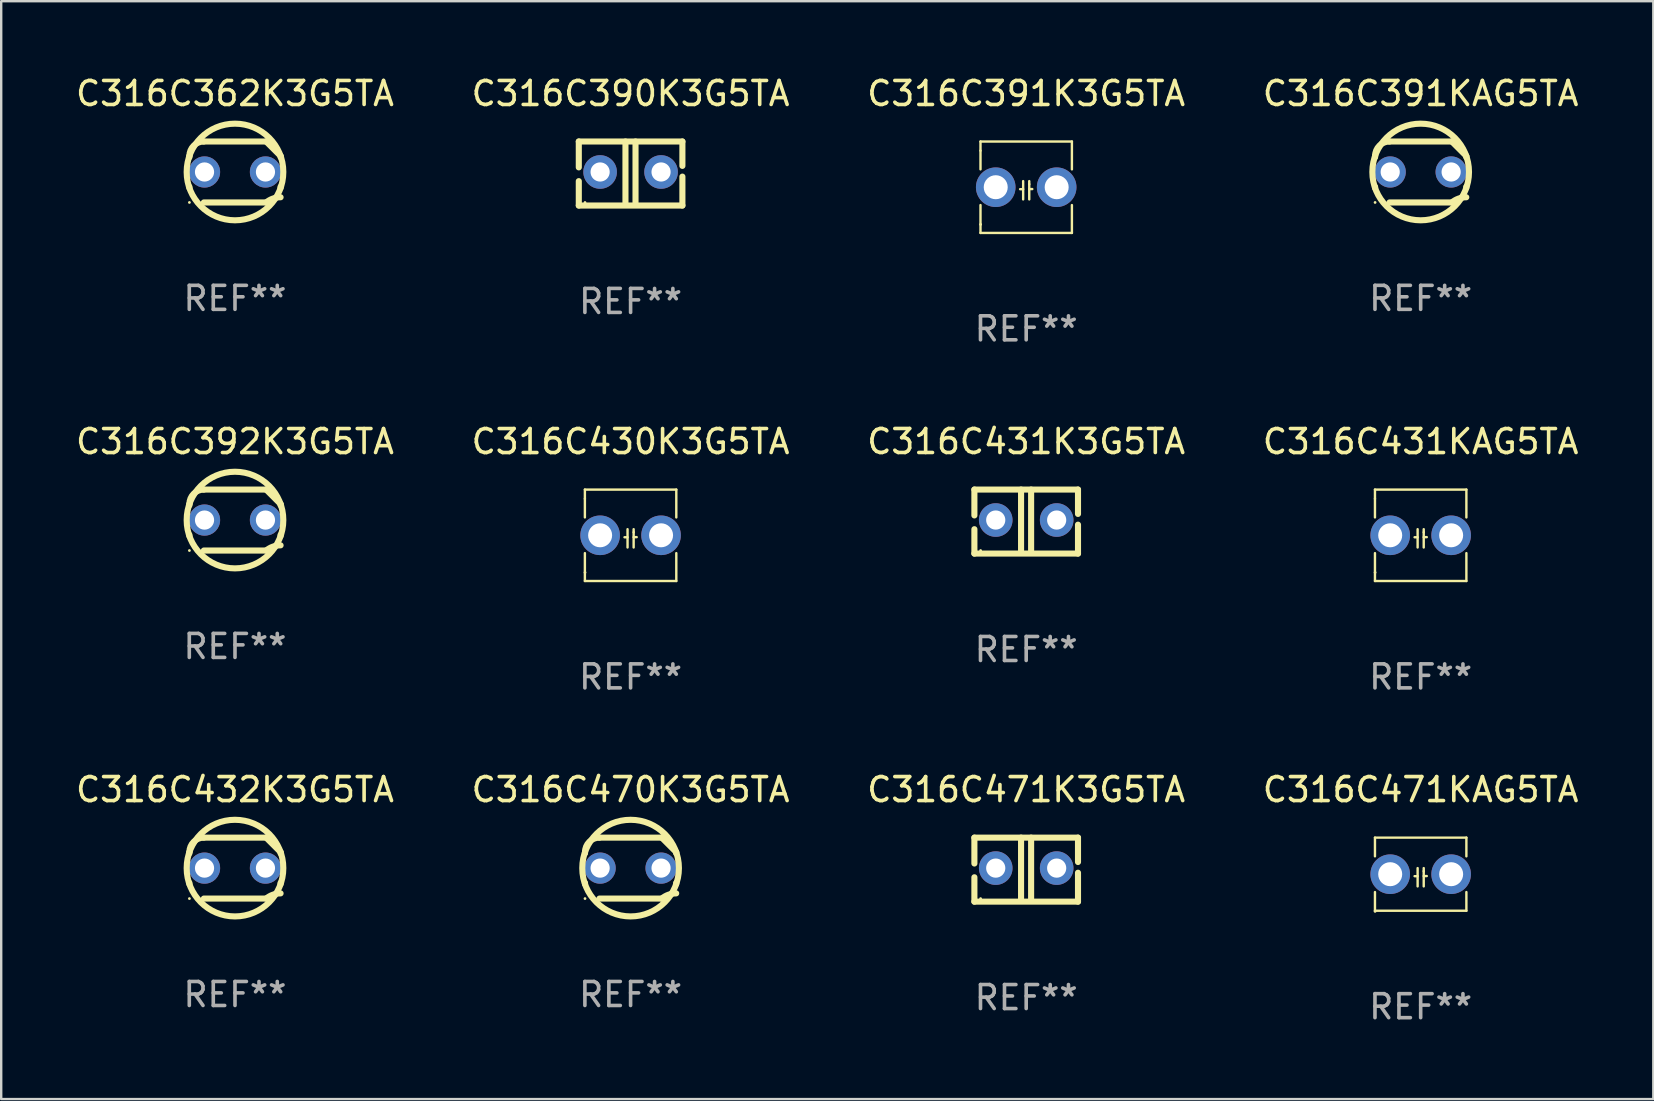
<source format=kicad_pcb>
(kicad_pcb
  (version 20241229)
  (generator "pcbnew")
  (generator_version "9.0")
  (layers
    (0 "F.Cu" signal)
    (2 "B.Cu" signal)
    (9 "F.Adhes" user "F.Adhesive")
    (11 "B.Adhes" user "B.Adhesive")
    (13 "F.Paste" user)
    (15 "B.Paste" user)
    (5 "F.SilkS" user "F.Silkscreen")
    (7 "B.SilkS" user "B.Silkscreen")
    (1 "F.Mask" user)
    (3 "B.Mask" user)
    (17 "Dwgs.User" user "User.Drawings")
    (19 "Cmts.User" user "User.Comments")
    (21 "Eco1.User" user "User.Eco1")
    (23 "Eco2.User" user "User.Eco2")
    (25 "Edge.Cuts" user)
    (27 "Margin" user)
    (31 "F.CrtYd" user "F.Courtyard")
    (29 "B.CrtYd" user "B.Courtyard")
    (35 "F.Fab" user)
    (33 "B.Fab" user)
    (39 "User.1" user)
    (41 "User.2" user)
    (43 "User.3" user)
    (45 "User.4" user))
  (footprint "C316C362K3G5TA"
    (layer "F.Cu")
    (at 6.744 4.118)
    (property "Reference" "C316C362K3G5TA" (at 0 -3.27 0) (layer "F.SilkS") (effects (font (size 1 1) (thickness 0.15))))
    (attr through_hole)
    (fp_line (start -1.9 -0.615) (end -1.9 -0.668) (stroke (width 0.254) (type solid)) (layer "F.SilkS"))
    (fp_line (start -1.9 0.668) (end -1.9 0.615) (stroke (width 0.254) (type solid)) (layer "F.SilkS"))
    (fp_line (start -1.298 1.27) (end 1.298 1.27) (stroke (width 0.254) (type solid)) (layer "F.SilkS"))
    (fp_line (start -1.298 -1.27) (end 1.298 -1.27) (stroke (width 0.254) (type solid)) (layer "F.SilkS"))
    (fp_line (start 1.9 -0.668) (end 1.9 -0.615) (stroke (width 0.254) (type solid)) (layer "F.SilkS"))
    (fp_line (start 1.9 0.615) (end 1.9 0.668) (stroke (width 0.254) (type solid)) (layer "F.SilkS"))
    (fp_arc (start -1.900025 0.667602) (mid 1.900003 -0.66758) (end -1.900025 0.667602) (stroke (width 0.254001) (type solid)) (layer "F.SilkS"))
    (fp_arc (start -1.9 -0.667602) (mid -1.723557 -1.093572) (end -1.297587 -1.270015) (stroke (width 0.254001) (type solid)) (layer "F.SilkS"))
    (fp_arc (start 1.297587 1.26999) (mid 1.579878 1.109027) (end 1.9 1.053172) (stroke (width 0.254001) (type solid)) (layer "F.SilkS"))
    (fp_arc (start 1.297611 -1.270042) (mid 1.598991 -0.969008) (end 1.900025 -0.667628) (stroke (width 0.254001) (type solid)) (layer "F.SilkS"))
    (fp_circle (center -1.9 1.27) (end -1.87 1.27) (stroke (width 0.06) (type solid)) (fill no) (layer "F.SilkS"))
    (fp_text user "REF**" (at 0 5.27 0) (layer "F.Fab") (effects (font (size 1 1) (thickness 0.15))))
    (pad "1" thru_hole circle (at -1.27 -0.000013) (size 1.3 1.3) (drill 0.8) (layers "*.Cu" "*.Mask"))
    (pad "2" thru_hole circle (at 1.27 -0.000013) (size 1.3 1.3) (drill 0.8) (layers "*.Cu" "*.Mask")))
  (footprint "C316C470K3G5TA"
    (layer "F.Cu")
    (at 23.232 33.131)
    (property "Reference" "C316C470K3G5TA" (at 0 -3.27 0) (layer "F.SilkS") (effects (font (size 1 1) (thickness 0.15))))
    (attr through_hole)
    (fp_line (start -1.9 -0.615) (end -1.9 -0.668) (stroke (width 0.254) (type solid)) (layer "F.SilkS"))
    (fp_line (start -1.9 0.668) (end -1.9 0.615) (stroke (width 0.254) (type solid)) (layer "F.SilkS"))
    (fp_line (start -1.298 1.27) (end 1.298 1.27) (stroke (width 0.254) (type solid)) (layer "F.SilkS"))
    (fp_line (start -1.298 -1.27) (end 1.298 -1.27) (stroke (width 0.254) (type solid)) (layer "F.SilkS"))
    (fp_line (start 1.9 -0.668) (end 1.9 -0.615) (stroke (width 0.254) (type solid)) (layer "F.SilkS"))
    (fp_line (start 1.9 0.615) (end 1.9 0.668) (stroke (width 0.254) (type solid)) (layer "F.SilkS"))
    (fp_arc (start -1.900025 0.667602) (mid 1.900003 -0.66758) (end -1.900025 0.667602) (stroke (width 0.254001) (type solid)) (layer "F.SilkS"))
    (fp_arc (start -1.9 -0.667602) (mid -1.723557 -1.093572) (end -1.297587 -1.270015) (stroke (width 0.254001) (type solid)) (layer "F.SilkS"))
    (fp_arc (start 1.297587 1.26999) (mid 1.579878 1.109027) (end 1.9 1.053172) (stroke (width 0.254001) (type solid)) (layer "F.SilkS"))
    (fp_arc (start 1.297611 -1.270042) (mid 1.598991 -0.969008) (end 1.900025 -0.667628) (stroke (width 0.254001) (type solid)) (layer "F.SilkS"))
    (fp_circle (center -1.9 1.27) (end -1.87 1.27) (stroke (width 0.06) (type solid)) (fill no) (layer "F.SilkS"))
    (fp_text user "REF**" (at 0 5.27 0) (layer "F.Fab") (effects (font (size 1 1) (thickness 0.15))))
    (pad "1" thru_hole circle (at -1.27 -0.000013) (size 1.3 1.3) (drill 0.8) (layers "*.Cu" "*.Mask"))
    (pad "2" thru_hole circle (at 1.27 -0.000013) (size 1.3 1.3) (drill 0.8) (layers "*.Cu" "*.Mask")))
  (footprint "C316C391KAG5TA"
    (layer "F.Cu")
    (at 56.161 4.118)
    (property "Reference" "C316C391KAG5TA" (at 0 -3.27 0) (layer "F.SilkS") (effects (font (size 1 1) (thickness 0.15))))
    (attr through_hole)
    (fp_line (start -1.9 -0.615) (end -1.9 -0.668) (stroke (width 0.254) (type solid)) (layer "F.SilkS"))
    (fp_line (start -1.9 0.668) (end -1.9 0.615) (stroke (width 0.254) (type solid)) (layer "F.SilkS"))
    (fp_line (start -1.298 1.27) (end 1.298 1.27) (stroke (width 0.254) (type solid)) (layer "F.SilkS"))
    (fp_line (start -1.298 -1.27) (end 1.298 -1.27) (stroke (width 0.254) (type solid)) (layer "F.SilkS"))
    (fp_line (start 1.9 -0.668) (end 1.9 -0.615) (stroke (width 0.254) (type solid)) (layer "F.SilkS"))
    (fp_line (start 1.9 0.615) (end 1.9 0.668) (stroke (width 0.254) (type solid)) (layer "F.SilkS"))
    (fp_arc (start -1.900025 0.667602) (mid 1.900003 -0.66758) (end -1.900025 0.667602) (stroke (width 0.254001) (type solid)) (layer "F.SilkS"))
    (fp_arc (start -1.9 -0.667602) (mid -1.723557 -1.093572) (end -1.297587 -1.270015) (stroke (width 0.254001) (type solid)) (layer "F.SilkS"))
    (fp_arc (start 1.297587 1.26999) (mid 1.579878 1.109027) (end 1.9 1.053172) (stroke (width 0.254001) (type solid)) (layer "F.SilkS"))
    (fp_arc (start 1.297611 -1.270042) (mid 1.598991 -0.969008) (end 1.900025 -0.667628) (stroke (width 0.254001) (type solid)) (layer "F.SilkS"))
    (fp_circle (center -1.9 1.27) (end -1.87 1.27) (stroke (width 0.06) (type solid)) (fill no) (layer "F.SilkS"))
    (fp_text user "REF**" (at 0 5.27 0) (layer "F.Fab") (effects (font (size 1 1) (thickness 0.15))))
    (pad "1" thru_hole circle (at -1.27 -0.000013) (size 1.3 1.3) (drill 0.8) (layers "*.Cu" "*.Mask"))
    (pad "2" thru_hole circle (at 1.27 -0.000013) (size 1.3 1.3) (drill 0.8) (layers "*.Cu" "*.Mask")))
  (footprint "C316C471K3G5TA"
    (layer "F.Cu")
    (at 39.72 33.195)
    (property "Reference" "C316C471K3G5TA" (at 0 -3.334 0) (layer "F.SilkS") (effects (font (size 1 1) (thickness 0.15))))
    (attr through_hole)
    (fp_line (start -2.159 -1.334) (end 2.159 -1.334) (stroke (width 0.254) (type solid)) (layer "F.SilkS"))
    (fp_line (start -2.159 -0.256) (end -2.159 -1.334) (stroke (width 0.254) (type solid)) (layer "F.SilkS"))
    (fp_line (start -2.159 1.334) (end -2.159 0.318) (stroke (width 0.254) (type solid)) (layer "F.SilkS"))
    (fp_line (start -0.214 -1.334) (end -0.214 1.207) (stroke (width 0.254) (type solid)) (layer "F.SilkS"))
    (fp_line (start 0.205 -1.334) (end 0.205 1.207) (stroke (width 0.254) (type solid)) (layer "F.SilkS"))
    (fp_line (start 2.159 -1.334) (end 2.159 -0.318) (stroke (width 0.254) (type solid)) (layer "F.SilkS"))
    (fp_line (start 2.159 0.129) (end 2.159 1.334) (stroke (width 0.254) (type solid)) (layer "F.SilkS"))
    (fp_line (start 2.159 1.334) (end -2.159 1.334) (stroke (width 0.254) (type solid)) (layer "F.SilkS"))
    (fp_circle (center -1.9 1.207) (end -1.87 1.207) (stroke (width 0.06) (type solid)) (fill no) (layer "F.SilkS"))
    (fp_text user "REF**" (at 0 5.334 0) (layer "F.Fab") (effects (font (size 1 1) (thickness 0.15))))
    (pad "1" thru_hole circle (at -1.27 -0.064) (size 1.4 1.4) (drill 0.8) (layers "*.Cu" "*.Mask"))
    (pad "2" thru_hole circle (at 1.27 -0.064) (size 1.4 1.4) (drill 0.8) (layers "*.Cu" "*.Mask")))
  (footprint "C316C430K3G5TA"
    (layer "F.Cu")
    (at 23.232 19.26)
    (property "Reference" "C316C430K3G5TA" (at 0 -3.905 0) (layer "F.SilkS") (effects (font (size 1 1) (thickness 0.15))))
    (attr through_hole)
    (fp_line (start -1.905 -1.905) (end -1.905 -1.524) (stroke (width 0.1) (type solid)) (layer "F.SilkS"))
    (fp_line (start -1.905 -1.524) (end -1.905 -0.745) (stroke (width 0.1) (type solid)) (layer "F.SilkS"))
    (fp_line (start -1.905 0.744) (end -1.905 1.905) (stroke (width 0.1) (type solid)) (layer "F.SilkS"))
    (fp_line (start -1.905 1.905) (end 1.905 1.905) (stroke (width 0.1) (type solid)) (layer "F.SilkS"))
    (fp_line (start -0.127 -0.254) (end -0.127 0.508) (stroke (width 0.1) (type solid)) (layer "F.SilkS"))
    (fp_line (start -0.127 0.082) (end -0.254 0.082) (stroke (width 0.1) (type solid)) (layer "F.SilkS"))
    (fp_line (start 0.127 -0.127) (end 0.127 -0.254) (stroke (width 0.1) (type solid)) (layer "F.SilkS"))
    (fp_line (start 0.127 -0.127) (end 0.127 0.508) (stroke (width 0.1) (type solid)) (layer "F.SilkS"))
    (fp_line (start 0.127 0.077) (end 0.254 0.077) (stroke (width 0.1) (type solid)) (layer "F.SilkS"))
    (fp_line (start 1.905 -1.905) (end -1.905 -1.905) (stroke (width 0.1) (type solid)) (layer "F.SilkS"))
    (fp_line (start 1.905 -0.744) (end 1.905 -1.905) (stroke (width 0.1) (type solid)) (layer "F.SilkS"))
    (fp_line (start 1.905 1.905) (end 1.905 0.744) (stroke (width 0.1) (type solid)) (layer "F.SilkS"))
    (fp_circle (center -1.9 1.55) (end -1.87 1.55) (stroke (width 0.06) (type solid)) (fill no) (layer "F.SilkS"))
    (fp_text user "REF**" (at 0 5.905 0) (layer "F.Fab") (effects (font (size 1 1) (thickness 0.15))))
    (pad "1" thru_hole circle (at -1.27 0) (size 1.65 1.65) (drill 1) (layers "*.Cu" "*.Mask"))
    (pad "2" thru_hole circle (at 1.27 0) (size 1.65 1.65) (drill 1) (layers "*.Cu" "*.Mask")))
  (footprint "C316C432K3G5TA"
    (layer "F.Cu")
    (at 6.744 33.131)
    (property "Reference" "C316C432K3G5TA" (at 0 -3.27 0) (layer "F.SilkS") (effects (font (size 1 1) (thickness 0.15))))
    (attr through_hole)
    (fp_line (start -1.9 -0.615) (end -1.9 -0.668) (stroke (width 0.254) (type solid)) (layer "F.SilkS"))
    (fp_line (start -1.9 0.668) (end -1.9 0.615) (stroke (width 0.254) (type solid)) (layer "F.SilkS"))
    (fp_line (start -1.298 1.27) (end 1.298 1.27) (stroke (width 0.254) (type solid)) (layer "F.SilkS"))
    (fp_line (start -1.298 -1.27) (end 1.298 -1.27) (stroke (width 0.254) (type solid)) (layer "F.SilkS"))
    (fp_line (start 1.9 -0.668) (end 1.9 -0.615) (stroke (width 0.254) (type solid)) (layer "F.SilkS"))
    (fp_line (start 1.9 0.615) (end 1.9 0.668) (stroke (width 0.254) (type solid)) (layer "F.SilkS"))
    (fp_arc (start -1.900025 0.667602) (mid 1.900003 -0.66758) (end -1.900025 0.667602) (stroke (width 0.254001) (type solid)) (layer "F.SilkS"))
    (fp_arc (start -1.9 -0.667602) (mid -1.723557 -1.093572) (end -1.297587 -1.270015) (stroke (width 0.254001) (type solid)) (layer "F.SilkS"))
    (fp_arc (start 1.297587 1.26999) (mid 1.579878 1.109027) (end 1.9 1.053172) (stroke (width 0.254001) (type solid)) (layer "F.SilkS"))
    (fp_arc (start 1.297611 -1.270042) (mid 1.598991 -0.969008) (end 1.900025 -0.667628) (stroke (width 0.254001) (type solid)) (layer "F.SilkS"))
    (fp_circle (center -1.9 1.27) (end -1.87 1.27) (stroke (width 0.06) (type solid)) (fill no) (layer "F.SilkS"))
    (fp_text user "REF**" (at 0 5.27 0) (layer "F.Fab") (effects (font (size 1 1) (thickness 0.15))))
    (pad "1" thru_hole circle (at -1.27 -0.000013) (size 1.3 1.3) (drill 0.8) (layers "*.Cu" "*.Mask"))
    (pad "2" thru_hole circle (at 1.27 -0.000013) (size 1.3 1.3) (drill 0.8) (layers "*.Cu" "*.Mask")))
  (footprint "C316C390K3G5TA"
    (layer "F.Cu")
    (at 23.232 4.182)
    (property "Reference" "C316C390K3G5TA" (at 0 -3.334 0) (layer "F.SilkS") (effects (font (size 1 1) (thickness 0.15))))
    (attr through_hole)
    (fp_line (start -2.159 -1.334) (end 2.159 -1.334) (stroke (width 0.254) (type solid)) (layer "F.SilkS"))
    (fp_line (start -2.159 -0.256) (end -2.159 -1.334) (stroke (width 0.254) (type solid)) (layer "F.SilkS"))
    (fp_line (start -2.159 1.334) (end -2.159 0.318) (stroke (width 0.254) (type solid)) (layer "F.SilkS"))
    (fp_line (start -0.214 -1.334) (end -0.214 1.207) (stroke (width 0.254) (type solid)) (layer "F.SilkS"))
    (fp_line (start 0.205 -1.334) (end 0.205 1.207) (stroke (width 0.254) (type solid)) (layer "F.SilkS"))
    (fp_line (start 2.159 -1.334) (end 2.159 -0.318) (stroke (width 0.254) (type solid)) (layer "F.SilkS"))
    (fp_line (start 2.159 0.129) (end 2.159 1.334) (stroke (width 0.254) (type solid)) (layer "F.SilkS"))
    (fp_line (start 2.159 1.334) (end -2.159 1.334) (stroke (width 0.254) (type solid)) (layer "F.SilkS"))
    (fp_circle (center -1.9 1.207) (end -1.87 1.207) (stroke (width 0.06) (type solid)) (fill no) (layer "F.SilkS"))
    (fp_text user "REF**" (at 0 5.334 0) (layer "F.Fab") (effects (font (size 1 1) (thickness 0.15))))
    (pad "1" thru_hole circle (at -1.27 -0.064) (size 1.4 1.4) (drill 0.8) (layers "*.Cu" "*.Mask"))
    (pad "2" thru_hole circle (at 1.27 -0.064) (size 1.4 1.4) (drill 0.8) (layers "*.Cu" "*.Mask")))
  (footprint "C316C431K3G5TA"
    (layer "F.Cu")
    (at 39.72 18.688)
    (property "Reference" "C316C431K3G5TA" (at 0 -3.334 0) (layer "F.SilkS") (effects (font (size 1 1) (thickness 0.15))))
    (attr through_hole)
    (fp_line (start -2.159 -1.334) (end 2.159 -1.334) (stroke (width 0.254) (type solid)) (layer "F.SilkS"))
    (fp_line (start -2.159 -0.256) (end -2.159 -1.334) (stroke (width 0.254) (type solid)) (layer "F.SilkS"))
    (fp_line (start -2.159 1.334) (end -2.159 0.318) (stroke (width 0.254) (type solid)) (layer "F.SilkS"))
    (fp_line (start -0.214 -1.334) (end -0.214 1.207) (stroke (width 0.254) (type solid)) (layer "F.SilkS"))
    (fp_line (start 0.205 -1.334) (end 0.205 1.207) (stroke (width 0.254) (type solid)) (layer "F.SilkS"))
    (fp_line (start 2.159 -1.334) (end 2.159 -0.318) (stroke (width 0.254) (type solid)) (layer "F.SilkS"))
    (fp_line (start 2.159 0.129) (end 2.159 1.334) (stroke (width 0.254) (type solid)) (layer "F.SilkS"))
    (fp_line (start 2.159 1.334) (end -2.159 1.334) (stroke (width 0.254) (type solid)) (layer "F.SilkS"))
    (fp_circle (center -1.9 1.207) (end -1.87 1.207) (stroke (width 0.06) (type solid)) (fill no) (layer "F.SilkS"))
    (fp_text user "REF**" (at 0 5.334 0) (layer "F.Fab") (effects (font (size 1 1) (thickness 0.15))))
    (pad "1" thru_hole circle (at -1.27 -0.064) (size 1.4 1.4) (drill 0.8) (layers "*.Cu" "*.Mask"))
    (pad "2" thru_hole circle (at 1.27 -0.064) (size 1.4 1.4) (drill 0.8) (layers "*.Cu" "*.Mask")))
  (footprint "C316C471KAG5TA"
    (layer "F.Cu")
    (at 56.161 33.385)
    (property "Reference" "C316C471KAG5TA" (at 0 -3.524 0) (layer "F.SilkS") (effects (font (size 1 1) (thickness 0.15))))
    (attr through_hole)
    (fp_line (start -1.905 -1.524) (end -1.905 -0.745) (stroke (width 0.1) (type solid)) (layer "F.SilkS"))
    (fp_line (start -1.905 0.745) (end -1.905 1.524) (stroke (width 0.1) (type solid)) (layer "F.SilkS"))
    (fp_line (start -1.905 1.524) (end 1.905 1.524) (stroke (width 0.1) (type solid)) (layer "F.SilkS"))
    (fp_line (start -0.127 -0.254) (end -0.127 0.508) (stroke (width 0.1) (type solid)) (layer "F.SilkS"))
    (fp_line (start -0.127 0.082) (end -0.254 0.082) (stroke (width 0.1) (type solid)) (layer "F.SilkS"))
    (fp_line (start 0.127 -0.127) (end 0.127 -0.254) (stroke (width 0.1) (type solid)) (layer "F.SilkS"))
    (fp_line (start 0.127 -0.127) (end 0.127 0.508) (stroke (width 0.1) (type solid)) (layer "F.SilkS"))
    (fp_line (start 0.127 0.077) (end 0.254 0.077) (stroke (width 0.1) (type solid)) (layer "F.SilkS"))
    (fp_line (start 1.905 -1.524) (end -1.905 -1.524) (stroke (width 0.1) (type solid)) (layer "F.SilkS"))
    (fp_line (start 1.905 -0.745) (end 1.905 -1.524) (stroke (width 0.1) (type solid)) (layer "F.SilkS"))
    (fp_line (start 1.905 1.524) (end 1.905 0.745) (stroke (width 0.1) (type solid)) (layer "F.SilkS"))
    (fp_circle (center -1.9 1.55) (end -1.87 1.55) (stroke (width 0.06) (type solid)) (fill no) (layer "F.SilkS"))
    (fp_text user "REF**" (at 0 5.524 0) (layer "F.Fab") (effects (font (size 1 1) (thickness 0.15))))
    (pad "1" thru_hole circle (at -1.27 0) (size 1.65 1.65) (drill 1) (layers "*.Cu" "*.Mask"))
    (pad "2" thru_hole circle (at 1.27 0) (size 1.65 1.65) (drill 1) (layers "*.Cu" "*.Mask")))
  (footprint "C316C391K3G5TA"
    (layer "F.Cu")
    (at 39.72 4.753)
    (property "Reference" "C316C391K3G5TA" (at 0 -3.905 0) (layer "F.SilkS") (effects (font (size 1 1) (thickness 0.15))))
    (attr through_hole)
    (fp_line (start -1.905 -1.905) (end -1.905 -1.524) (stroke (width 0.1) (type solid)) (layer "F.SilkS"))
    (fp_line (start -1.905 -1.524) (end -1.905 -0.745) (stroke (width 0.1) (type solid)) (layer "F.SilkS"))
    (fp_line (start -1.905 0.744) (end -1.905 1.905) (stroke (width 0.1) (type solid)) (layer "F.SilkS"))
    (fp_line (start -1.905 1.905) (end 1.905 1.905) (stroke (width 0.1) (type solid)) (layer "F.SilkS"))
    (fp_line (start -0.127 -0.254) (end -0.127 0.508) (stroke (width 0.1) (type solid)) (layer "F.SilkS"))
    (fp_line (start -0.127 0.082) (end -0.254 0.082) (stroke (width 0.1) (type solid)) (layer "F.SilkS"))
    (fp_line (start 0.127 -0.127) (end 0.127 -0.254) (stroke (width 0.1) (type solid)) (layer "F.SilkS"))
    (fp_line (start 0.127 -0.127) (end 0.127 0.508) (stroke (width 0.1) (type solid)) (layer "F.SilkS"))
    (fp_line (start 0.127 0.077) (end 0.254 0.077) (stroke (width 0.1) (type solid)) (layer "F.SilkS"))
    (fp_line (start 1.905 -1.905) (end -1.905 -1.905) (stroke (width 0.1) (type solid)) (layer "F.SilkS"))
    (fp_line (start 1.905 -0.744) (end 1.905 -1.905) (stroke (width 0.1) (type solid)) (layer "F.SilkS"))
    (fp_line (start 1.905 1.905) (end 1.905 0.744) (stroke (width 0.1) (type solid)) (layer "F.SilkS"))
    (fp_circle (center -1.9 1.55) (end -1.87 1.55) (stroke (width 0.06) (type solid)) (fill no) (layer "F.SilkS"))
    (fp_text user "REF**" (at 0 5.905 0) (layer "F.Fab") (effects (font (size 1 1) (thickness 0.15))))
    (pad "1" thru_hole circle (at -1.27 0) (size 1.65 1.65) (drill 1) (layers "*.Cu" "*.Mask"))
    (pad "2" thru_hole circle (at 1.27 0) (size 1.65 1.65) (drill 1) (layers "*.Cu" "*.Mask")))
  (footprint "C316C392K3G5TA"
    (layer "F.Cu")
    (at 6.744 18.625)
    (property "Reference" "C316C392K3G5TA" (at 0 -3.27 0) (layer "F.SilkS") (effects (font (size 1 1) (thickness 0.15))))
    (attr through_hole)
    (fp_line (start -1.9 -0.615) (end -1.9 -0.668) (stroke (width 0.254) (type solid)) (layer "F.SilkS"))
    (fp_line (start -1.9 0.668) (end -1.9 0.615) (stroke (width 0.254) (type solid)) (layer "F.SilkS"))
    (fp_line (start -1.298 1.27) (end 1.298 1.27) (stroke (width 0.254) (type solid)) (layer "F.SilkS"))
    (fp_line (start -1.298 -1.27) (end 1.298 -1.27) (stroke (width 0.254) (type solid)) (layer "F.SilkS"))
    (fp_line (start 1.9 -0.668) (end 1.9 -0.615) (stroke (width 0.254) (type solid)) (layer "F.SilkS"))
    (fp_line (start 1.9 0.615) (end 1.9 0.668) (stroke (width 0.254) (type solid)) (layer "F.SilkS"))
    (fp_arc (start -1.900025 0.667602) (mid 1.900003 -0.66758) (end -1.900025 0.667602) (stroke (width 0.254001) (type solid)) (layer "F.SilkS"))
    (fp_arc (start -1.9 -0.667602) (mid -1.723557 -1.093572) (end -1.297587 -1.270015) (stroke (width 0.254001) (type solid)) (layer "F.SilkS"))
    (fp_arc (start 1.297587 1.26999) (mid 1.579878 1.109027) (end 1.9 1.053172) (stroke (width 0.254001) (type solid)) (layer "F.SilkS"))
    (fp_arc (start 1.297611 -1.270042) (mid 1.598991 -0.969008) (end 1.900025 -0.667628) (stroke (width 0.254001) (type solid)) (layer "F.SilkS"))
    (fp_circle (center -1.9 1.27) (end -1.87 1.27) (stroke (width 0.06) (type solid)) (fill no) (layer "F.SilkS"))
    (fp_text user "REF**" (at 0 5.27 0) (layer "F.Fab") (effects (font (size 1 1) (thickness 0.15))))
    (pad "1" thru_hole circle (at -1.27 -0.000013) (size 1.3 1.3) (drill 0.8) (layers "*.Cu" "*.Mask"))
    (pad "2" thru_hole circle (at 1.27 -0.000013) (size 1.3 1.3) (drill 0.8) (layers "*.Cu" "*.Mask")))
  (footprint "C316C431KAG5TA"
    (layer "F.Cu")
    (at 56.161 19.26)
    (property "Reference" "C316C431KAG5TA" (at 0 -3.905 0) (layer "F.SilkS") (effects (font (size 1 1) (thickness 0.15))))
    (attr through_hole)
    (fp_line (start -1.905 -1.905) (end -1.905 -1.524) (stroke (width 0.1) (type solid)) (layer "F.SilkS"))
    (fp_line (start -1.905 -1.524) (end -1.905 -0.745) (stroke (width 0.1) (type solid)) (layer "F.SilkS"))
    (fp_line (start -1.905 0.744) (end -1.905 1.905) (stroke (width 0.1) (type solid)) (layer "F.SilkS"))
    (fp_line (start -1.905 1.905) (end 1.905 1.905) (stroke (width 0.1) (type solid)) (layer "F.SilkS"))
    (fp_line (start -0.127 -0.254) (end -0.127 0.508) (stroke (width 0.1) (type solid)) (layer "F.SilkS"))
    (fp_line (start -0.127 0.082) (end -0.254 0.082) (stroke (width 0.1) (type solid)) (layer "F.SilkS"))
    (fp_line (start 0.127 -0.127) (end 0.127 -0.254) (stroke (width 0.1) (type solid)) (layer "F.SilkS"))
    (fp_line (start 0.127 -0.127) (end 0.127 0.508) (stroke (width 0.1) (type solid)) (layer "F.SilkS"))
    (fp_line (start 0.127 0.077) (end 0.254 0.077) (stroke (width 0.1) (type solid)) (layer "F.SilkS"))
    (fp_line (start 1.905 -1.905) (end -1.905 -1.905) (stroke (width 0.1) (type solid)) (layer "F.SilkS"))
    (fp_line (start 1.905 -0.744) (end 1.905 -1.905) (stroke (width 0.1) (type solid)) (layer "F.SilkS"))
    (fp_line (start 1.905 1.905) (end 1.905 0.744) (stroke (width 0.1) (type solid)) (layer "F.SilkS"))
    (fp_circle (center -1.9 1.55) (end -1.87 1.55) (stroke (width 0.06) (type solid)) (fill no) (layer "F.SilkS"))
    (fp_text user "REF**" (at 0 5.905 0) (layer "F.Fab") (effects (font (size 1 1) (thickness 0.15))))
    (pad "1" thru_hole circle (at -1.27 0) (size 1.65 1.65) (drill 1) (layers "*.Cu" "*.Mask"))
    (pad "2" thru_hole circle (at 1.27 0) (size 1.65 1.65) (drill 1) (layers "*.Cu" "*.Mask")))
  (gr_rect
    (start -3 -3)
    (end 65.857 42.758)
    (stroke (width 0.1) (type default))
    (fill no)
    (layer "Edge.Cuts")))
</source>
